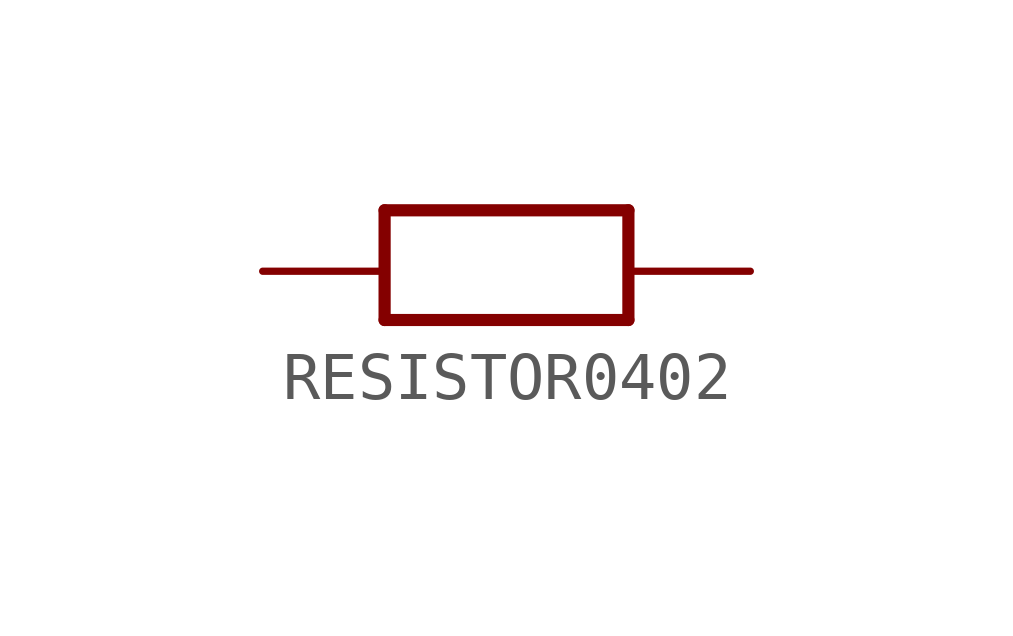
<source format=kicad_sym>
(kicad_symbol_lib
  (version 20231120)
  (generator "kicad_symbol_editor")
  (generator_version "8.0")
  (symbol "RESISTOR0402"
    (property "Reference" ""
      (at 4.064 1.905 0)
      (effects (font (size 1.27 1.079)) (justify left bottom) (hide yes)))
    (property "Value" ""
      (at 4.064 -0.381 0)
      (effects (font (size 1.27 1.079)) (justify left bottom)))
    (property "ki_locked" ""
      (at 0 0 0)
      (effects (font (size 1.27 1.27))))
    (symbol "RESISTOR0402_1_0"
      (polyline (pts (xy 2.54 -1.016) (xy 7.62 -1.016)) (stroke (width 0.254) (type solid)) (fill (type none)))
      (polyline (pts (xy 2.54 1.27) (xy 2.54 -1.016)) (stroke (width 0.254) (type solid)) (fill (type none)))
      (polyline (pts (xy 7.62 -1.016) (xy 7.62 1.27)) (stroke (width 0.254) (type solid)) (fill (type none)))
      (polyline (pts (xy 7.62 1.27) (xy 2.54 1.27)) (stroke (width 0.254) (type solid)) (fill (type none)))
      (pin bidirectional line (at 0 0 0) (length 2.54) (name "P$1" (effects (font (size 0 0)))) (number "P$1" (effects (font (size 0 0)))))
      (pin bidirectional line (at 10.16 0 180) (length 2.54) (name "P$2" (effects (font (size 0 0)))) (number "P$2" (effects (font (size 0 0))))))))
</source>
